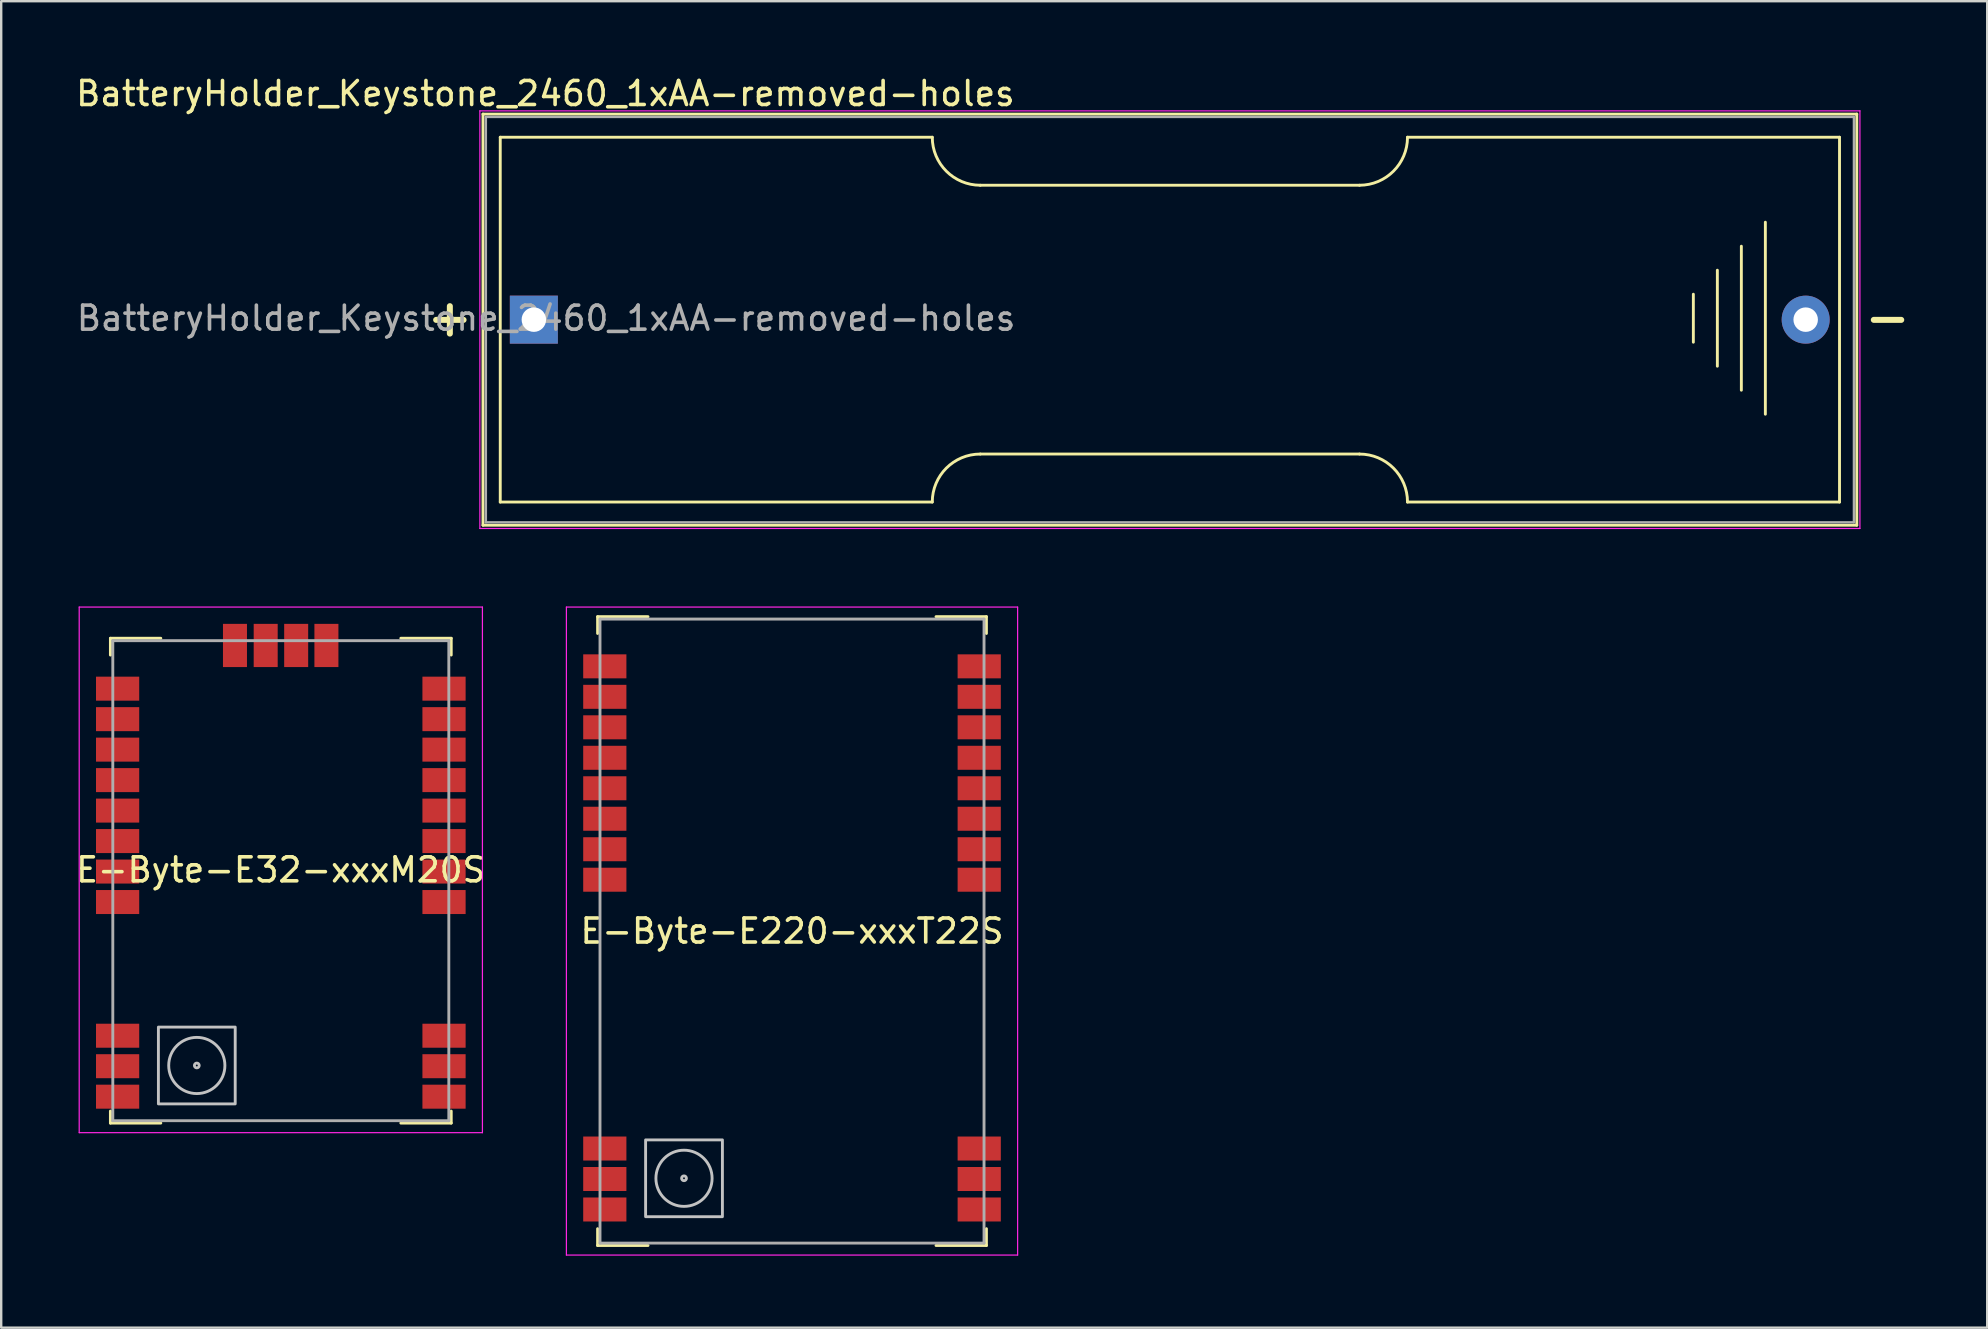
<source format=kicad_pcb>
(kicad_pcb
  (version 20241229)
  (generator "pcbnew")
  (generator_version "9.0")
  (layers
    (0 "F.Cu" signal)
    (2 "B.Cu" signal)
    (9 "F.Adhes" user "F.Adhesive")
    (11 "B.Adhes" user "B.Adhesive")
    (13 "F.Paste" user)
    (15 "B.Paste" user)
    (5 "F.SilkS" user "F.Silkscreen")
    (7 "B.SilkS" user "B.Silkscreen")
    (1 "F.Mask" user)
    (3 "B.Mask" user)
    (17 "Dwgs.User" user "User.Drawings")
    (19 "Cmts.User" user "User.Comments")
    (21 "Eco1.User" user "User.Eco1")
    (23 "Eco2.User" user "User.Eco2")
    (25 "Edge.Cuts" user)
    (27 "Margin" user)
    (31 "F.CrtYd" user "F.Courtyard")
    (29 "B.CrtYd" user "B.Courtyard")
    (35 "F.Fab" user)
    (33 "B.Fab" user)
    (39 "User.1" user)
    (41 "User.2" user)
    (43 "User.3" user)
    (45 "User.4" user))
  (footprint "BatteryHolder_Keystone_2460_1xAA-removed-holes"
    (layer "F.Cu")
    (at 19.693 10.268)
    (property "Reference" "BatteryHolder_Keystone_2460_1xAA-removed-holes" (at -0.02 -9.42 180) (layer "F.SilkS") (effects (font (size 1 1) (thickness 0.15))))
    (attr through_hole)
    (fp_line (start -2.62 -8.565) (end 54.62 -8.565) (stroke (width 0.12) (type solid)) (layer "F.SilkS"))
    (fp_line (start -2.62 8.565) (end -2.62 -8.565) (stroke (width 0.12) (type solid)) (layer "F.SilkS"))
    (fp_line (start -1.9 -7.6) (end -1.9 7.6) (stroke (width 0.12) (type solid)) (layer "F.SilkS"))
    (fp_line (start -1.9 -7.6) (end 16.1 -7.6) (stroke (width 0.12) (type solid)) (layer "F.SilkS"))
    (fp_line (start -1.9 7.6) (end 16.1 7.6) (stroke (width 0.12) (type solid)) (layer "F.SilkS"))
    (fp_line (start 18.1 -5.6) (end 33.9 -5.6) (stroke (width 0.12) (type solid)) (layer "F.SilkS"))
    (fp_line (start 33.9 5.6) (end 18.1 5.6) (stroke (width 0.12) (type solid)) (layer "F.SilkS"))
    (fp_line (start 35.9 -7.6) (end 53.9 -7.6) (stroke (width 0.12) (type solid)) (layer "F.SilkS"))
    (fp_line (start 35.9 7.6) (end 53.9 7.6) (stroke (width 0.12) (type solid)) (layer "F.SilkS"))
    (fp_line (start 47.81 -1.06) (end 47.81 0.94) (stroke (width 0.12) (type solid)) (layer "F.SilkS"))
    (fp_line (start 48.81 -2.06) (end 48.81 1.94) (stroke (width 0.12) (type solid)) (layer "F.SilkS"))
    (fp_line (start 49.81 2.94) (end 49.81 -3.06) (stroke (width 0.12) (type solid)) (layer "F.SilkS"))
    (fp_line (start 50.81 -4.06) (end 50.81 3.94) (stroke (width 0.12) (type solid)) (layer "F.SilkS"))
    (fp_line (start 53.9 -7.6) (end 53.9 7.6) (stroke (width 0.12) (type solid)) (layer "F.SilkS"))
    (fp_line (start 54.62 -8.565) (end 54.62 8.565) (stroke (width 0.12) (type solid)) (layer "F.SilkS"))
    (fp_line (start 54.62 8.565) (end -2.62 8.565) (stroke (width 0.12) (type solid)) (layer "F.SilkS"))
    (fp_arc (start 16.1 7.6) (mid 16.685786 6.185786) (end 18.1 5.6) (stroke (width 0.12) (type solid)) (layer "F.SilkS"))
    (fp_arc (start 18.1 -5.6) (mid 16.685786 -6.185786) (end 16.1 -7.6) (stroke (width 0.12) (type solid)) (layer "F.SilkS"))
    (fp_arc (start 33.9 5.6) (mid 35.314214 6.185786) (end 35.9 7.6) (stroke (width 0.12) (type solid)) (layer "F.SilkS"))
    (fp_arc (start 35.9 -7.6) (mid 35.314214 -6.185786) (end 33.9 -5.6) (stroke (width 0.12) (type solid)) (layer "F.SilkS"))
    (fp_line (start -2.75 -8.7) (end 54.75 -8.7) (stroke (width 0.05) (type solid)) (layer "F.CrtYd"))
    (fp_line (start -2.75 8.7) (end -2.75 -8.7) (stroke (width 0.05) (type solid)) (layer "F.CrtYd"))
    (fp_line (start 54.75 -8.7) (end 54.75 8.7) (stroke (width 0.05) (type solid)) (layer "F.CrtYd"))
    (fp_line (start 54.75 8.7) (end -2.75 8.7) (stroke (width 0.05) (type solid)) (layer "F.CrtYd"))
    (fp_line (start -2.5 -8.445) (end -2.5 8.445) (stroke (width 0.1) (type solid)) (layer "F.Fab"))
    (fp_line (start -2.5 8.445) (end 54.5 8.445) (stroke (width 0.1) (type solid)) (layer "F.Fab"))
    (fp_line (start 54.5 -8.445) (end -2.5 -8.445) (stroke (width 0.1) (type solid)) (layer "F.Fab"))
    (fp_line (start 54.5 8.445) (end 54.5 -8.445) (stroke (width 0.1) (type solid)) (layer "F.Fab"))
    (fp_text user "+" (at -4 -0.1 0) (layer "F.SilkS") (effects (font (size 1.5 1.5) (thickness 0.25))))
    (fp_text user "-" (at 55.9 -0.1 0) (layer "F.SilkS") (effects (font (size 1.5 1.5) (thickness 0.25))))
    (fp_text user "${REFERENCE}" (at 0.01 -0.06 0) (layer "F.Fab") (effects (font (size 1 1) (thickness 0.15))))
    (pad "1" thru_hole rect (at -0.5 0 180) (size 2 2) (drill 1.02) (layers "*.Cu" "*.Mask"))
    (pad "2" thru_hole circle (at 52.49 0 180) (size 2 2) (drill 1.02) (layers "*.Cu" "*.Mask")))
  (footprint "E-Byte-E220-xxxT22S"
    (layer "F.Cu")
    (at 20.549 22.243)
    (property "Reference" "E-Byte-E220-xxxT22S" (at 9.4 13.5 0) (layer "F.SilkS") (effects (font (size 1 1) (thickness 0.15))))
    (attr smd)
    (fp_line (start 1.3 0.4) (end 1.3 1.1) (stroke (width 0.12) (type solid)) (layer "F.SilkS"))
    (fp_line (start 1.3 26.6) (end 1.3 25.9) (stroke (width 0.12) (type solid)) (layer "F.SilkS"))
    (fp_line (start 3.4 0.4) (end 1.3 0.4) (stroke (width 0.12) (type solid)) (layer "F.SilkS"))
    (fp_line (start 3.4 26.6) (end 1.3 26.6) (stroke (width 0.12) (type solid)) (layer "F.SilkS"))
    (fp_line (start 15.4 0.4) (end 17.5 0.4) (stroke (width 0.12) (type solid)) (layer "F.SilkS"))
    (fp_line (start 15.4 26.6) (end 17.5 26.6) (stroke (width 0.12) (type solid)) (layer "F.SilkS"))
    (fp_line (start 17.5 0.4) (end 17.5 1.1) (stroke (width 0.12) (type solid)) (layer "F.SilkS"))
    (fp_line (start 17.5 26.6) (end 17.5 25.9) (stroke (width 0.12) (type solid)) (layer "F.SilkS"))
    (fp_rect (start 3.3 22.2) (end 6.5 25.4) (stroke (width 0.12) (type solid)) (fill no) (layer "Dwgs.User"))
    (fp_circle (center 4.9 23.8) (end 5 23.8) (stroke (width 0.12) (type solid)) (fill no) (layer "Dwgs.User"))
    (fp_circle (center 4.9 23.8) (end 6 23.4) (stroke (width 0.12) (type solid)) (fill no) (layer "Dwgs.User"))
    (fp_line (start 0 0) (end 18.8 0) (stroke (width 0.05) (type solid)) (layer "F.CrtYd"))
    (fp_line (start 0 27) (end 0 0) (stroke (width 0.05) (type solid)) (layer "F.CrtYd"))
    (fp_line (start 18.8 0) (end 18.8 27) (stroke (width 0.05) (type solid)) (layer "F.CrtYd"))
    (fp_line (start 18.8 27) (end 0 27) (stroke (width 0.05) (type solid)) (layer "F.CrtYd"))
    (fp_line (start 1.4 0.5) (end 17.4 0.5) (stroke (width 0.12) (type solid)) (layer "F.Fab"))
    (fp_line (start 1.4 26.5) (end 1.4 0.5) (stroke (width 0.12) (type solid)) (layer "F.Fab"))
    (fp_line (start 17.4 0.5) (end 17.4 26.5) (stroke (width 0.12) (type solid)) (layer "F.Fab"))
    (fp_line (start 17.4 26.5) (end 1.4 26.5) (stroke (width 0.12) (type solid)) (layer "F.Fab"))
    (pad "1" smd rect (at 1.6 2.47 270) (size 1 1.8) (layers "F.Cu" "F.Mask" "F.Paste"))
    (pad "2" smd rect (at 1.6 3.74 270) (size 1 1.8) (layers "F.Cu" "F.Mask" "F.Paste"))
    (pad "3" smd rect (at 1.6 5.01 270) (size 1 1.8) (layers "F.Cu" "F.Mask" "F.Paste"))
    (pad "4" smd rect (at 1.6 6.28 270) (size 1 1.8) (layers "F.Cu" "F.Mask" "F.Paste"))
    (pad "5" smd rect (at 1.6 7.55 270) (size 1 1.8) (layers "F.Cu" "F.Mask" "F.Paste"))
    (pad "6" smd rect (at 1.6 8.82 270) (size 1 1.8) (layers "F.Cu" "F.Mask" "F.Paste"))
    (pad "7" smd rect (at 1.6 10.09 270) (size 1 1.8) (layers "F.Cu" "F.Mask" "F.Paste"))
    (pad "8" smd rect (at 1.6 11.36 270) (size 1 1.8) (layers "F.Cu" "F.Mask" "F.Paste"))
    (pad "11" smd rect (at 1.6 22.56 270) (size 1 1.8) (layers "F.Cu" "F.Mask" "F.Paste"))
    (pad "12" smd rect (at 1.6 23.83 270) (size 1 1.8) (layers "F.Cu" "F.Mask" "F.Paste"))
    (pad "13" smd rect (at 1.6 25.1 270) (size 1 1.8) (layers "F.Cu" "F.Mask" "F.Paste"))
    (pad "14" smd rect (at 17.2 25.1 270) (size 1 1.8) (layers "F.Cu" "F.Mask" "F.Paste"))
    (pad "15" smd rect (at 17.2 23.83 270) (size 1 1.8) (layers "F.Cu" "F.Mask" "F.Paste"))
    (pad "16" smd rect (at 17.2 22.56 270) (size 1 1.8) (layers "F.Cu" "F.Mask" "F.Paste"))
    (pad "19" smd rect (at 17.2 11.36 270) (size 1 1.8) (layers "F.Cu" "F.Mask" "F.Paste"))
    (pad "20" smd rect (at 17.2 10.09 270) (size 1 1.8) (layers "F.Cu" "F.Mask" "F.Paste"))
    (pad "21" smd rect (at 17.2 8.82 270) (size 1 1.8) (layers "F.Cu" "F.Mask" "F.Paste"))
    (pad "22" smd rect (at 17.2 7.55 270) (size 1 1.8) (layers "F.Cu" "F.Mask" "F.Paste"))
    (pad "23" smd rect (at 17.2 6.28 270) (size 1 1.8) (layers "F.Cu" "F.Mask" "F.Paste"))
    (pad "24" smd rect (at 17.2 5.01 270) (size 1 1.8) (layers "F.Cu" "F.Mask" "F.Paste"))
    (pad "25" smd rect (at 17.2 3.74 270) (size 1 1.8) (layers "F.Cu" "F.Mask" "F.Paste"))
    (pad "26" smd rect (at 17.2 2.47 270) (size 1 1.8) (layers "F.Cu" "F.Mask" "F.Paste")))
  (footprint "E-Byte-E32-xxxM20S"
    (layer "F.Cu")
    (at 0.25 22.243)
    (property "Reference" "E-Byte-E32-xxxM20S" (at 8.4 10.95 0) (layer "F.SilkS") (effects (font (size 1 1) (thickness 0.15))))
    (attr smd)
    (fp_line (start 1.3 1.3) (end 1.3 2) (stroke (width 0.12) (type solid)) (layer "F.SilkS"))
    (fp_line (start 1.3 21.5) (end 1.3 21) (stroke (width 0.12) (type solid)) (layer "F.SilkS"))
    (fp_line (start 3.4 1.3) (end 1.3 1.3) (stroke (width 0.12) (type solid)) (layer "F.SilkS"))
    (fp_line (start 3.4 21.5) (end 1.3 21.5) (stroke (width 0.12) (type solid)) (layer "F.SilkS"))
    (fp_line (start 13.4 1.3) (end 15.5 1.3) (stroke (width 0.12) (type solid)) (layer "F.SilkS"))
    (fp_line (start 13.4 21.5) (end 15.5 21.5) (stroke (width 0.12) (type solid)) (layer "F.SilkS"))
    (fp_line (start 15.5 1.3) (end 15.5 2) (stroke (width 0.12) (type solid)) (layer "F.SilkS"))
    (fp_line (start 15.5 21.5) (end 15.5 21) (stroke (width 0.12) (type solid)) (layer "F.SilkS"))
    (fp_rect (start 3.3 17.5) (end 6.5 20.7) (stroke (width 0.12) (type solid)) (fill no) (layer "Dwgs.User"))
    (fp_circle (center 4.9 19.1) (end 5 19.1) (stroke (width 0.12) (type solid)) (fill no) (layer "Dwgs.User"))
    (fp_circle (center 4.9 19.1) (end 6 18.7) (stroke (width 0.12) (type solid)) (fill no) (layer "Dwgs.User"))
    (fp_line (start 0 0) (end 16.8 0) (stroke (width 0.05) (type solid)) (layer "F.CrtYd"))
    (fp_line (start 0 21.9) (end 0 0) (stroke (width 0.05) (type solid)) (layer "F.CrtYd"))
    (fp_line (start 16.8 0) (end 16.8 21.9) (stroke (width 0.05) (type solid)) (layer "F.CrtYd"))
    (fp_line (start 16.8 21.9) (end 0 21.9) (stroke (width 0.05) (type solid)) (layer "F.CrtYd"))
    (fp_line (start 1.4 1.4) (end 15.4 1.4) (stroke (width 0.12) (type solid)) (layer "F.Fab"))
    (fp_line (start 1.4 21.4) (end 1.4 1.4) (stroke (width 0.12) (type solid)) (layer "F.Fab"))
    (fp_line (start 15.4 1.4) (end 15.4 21.4) (stroke (width 0.12) (type solid)) (layer "F.Fab"))
    (fp_line (start 15.4 21.4) (end 1.4 21.4) (stroke (width 0.12) (type solid)) (layer "F.Fab"))
    (pad "1" smd rect (at 15.2 20.4 270) (size 1 1.8) (layers "F.Cu" "F.Mask" "F.Paste"))
    (pad "2" smd rect (at 15.2 19.13 270) (size 1 1.8) (layers "F.Cu" "F.Mask" "F.Paste"))
    (pad "3" smd rect (at 15.2 17.86 270) (size 1 1.8) (layers "F.Cu" "F.Mask" "F.Paste"))
    (pad "4" smd rect (at 15.2 12.29 270) (size 1 1.8) (layers "F.Cu" "F.Mask" "F.Paste"))
    (pad "5" smd rect (at 15.2 11.02 270) (size 1 1.8) (layers "F.Cu" "F.Mask" "F.Paste"))
    (pad "6" smd rect (at 15.2 9.75 270) (size 1 1.8) (layers "F.Cu" "F.Mask" "F.Paste"))
    (pad "7" smd rect (at 15.2 8.48 270) (size 1 1.8) (layers "F.Cu" "F.Mask" "F.Paste"))
    (pad "8" smd rect (at 15.2 7.21 270) (size 1 1.8) (layers "F.Cu" "F.Mask" "F.Paste"))
    (pad "9" smd rect (at 15.2 5.94 270) (size 1 1.8) (layers "F.Cu" "F.Mask" "F.Paste"))
    (pad "10" smd rect (at 15.2 4.67 270) (size 1 1.8) (layers "F.Cu" "F.Mask" "F.Paste"))
    (pad "11" smd rect (at 15.2 3.4 270) (size 1 1.8) (layers "F.Cu" "F.Mask" "F.Paste"))
    (pad "12" smd rect (at 10.3 1.6) (size 1 1.8) (layers "F.Cu" "F.Mask" "F.Paste"))
    (pad "13" smd rect (at 9.04 1.6) (size 1 1.8) (layers "F.Cu" "F.Mask" "F.Paste"))
    (pad "14" smd rect (at 7.77 1.6) (size 1 1.8) (layers "F.Cu" "F.Mask" "F.Paste"))
    (pad "15" smd rect (at 6.49 1.6) (size 1 1.8) (layers "F.Cu" "F.Mask" "F.Paste"))
    (pad "16" smd rect (at 1.6 3.4 270) (size 1 1.8) (layers "F.Cu" "F.Mask" "F.Paste"))
    (pad "17" smd rect (at 1.6 4.67 270) (size 1 1.8) (layers "F.Cu" "F.Mask" "F.Paste"))
    (pad "18" smd rect (at 1.6 5.94 270) (size 1 1.8) (layers "F.Cu" "F.Mask" "F.Paste"))
    (pad "19" smd rect (at 1.6 7.21 270) (size 1 1.8) (layers "F.Cu" "F.Mask" "F.Paste"))
    (pad "20" smd rect (at 1.6 8.48 270) (size 1 1.8) (layers "F.Cu" "F.Mask" "F.Paste"))
    (pad "21" smd rect (at 1.6 9.75 270) (size 1 1.8) (layers "F.Cu" "F.Mask" "F.Paste"))
    (pad "22" smd rect (at 1.6 11.02 270) (size 1 1.8) (layers "F.Cu" "F.Mask" "F.Paste"))
    (pad "23" smd rect (at 1.6 12.29 270) (size 1 1.8) (layers "F.Cu" "F.Mask" "F.Paste"))
    (pad "24" smd rect (at 1.6 17.86 270) (size 1 1.8) (layers "F.Cu" "F.Mask" "F.Paste"))
    (pad "25" smd rect (at 1.6 19.13 270) (size 1 1.8) (layers "F.Cu" "F.Mask" "F.Paste"))
    (pad "26" smd rect (at 1.6 20.4 270) (size 1 1.8) (layers "F.Cu" "F.Mask" "F.Paste")))
  (gr_rect
    (start -3 -3)
    (end 79.746 52.268)
    (stroke (width 0.1) (type default))
    (fill no)
    (layer "Edge.Cuts")))
</source>
